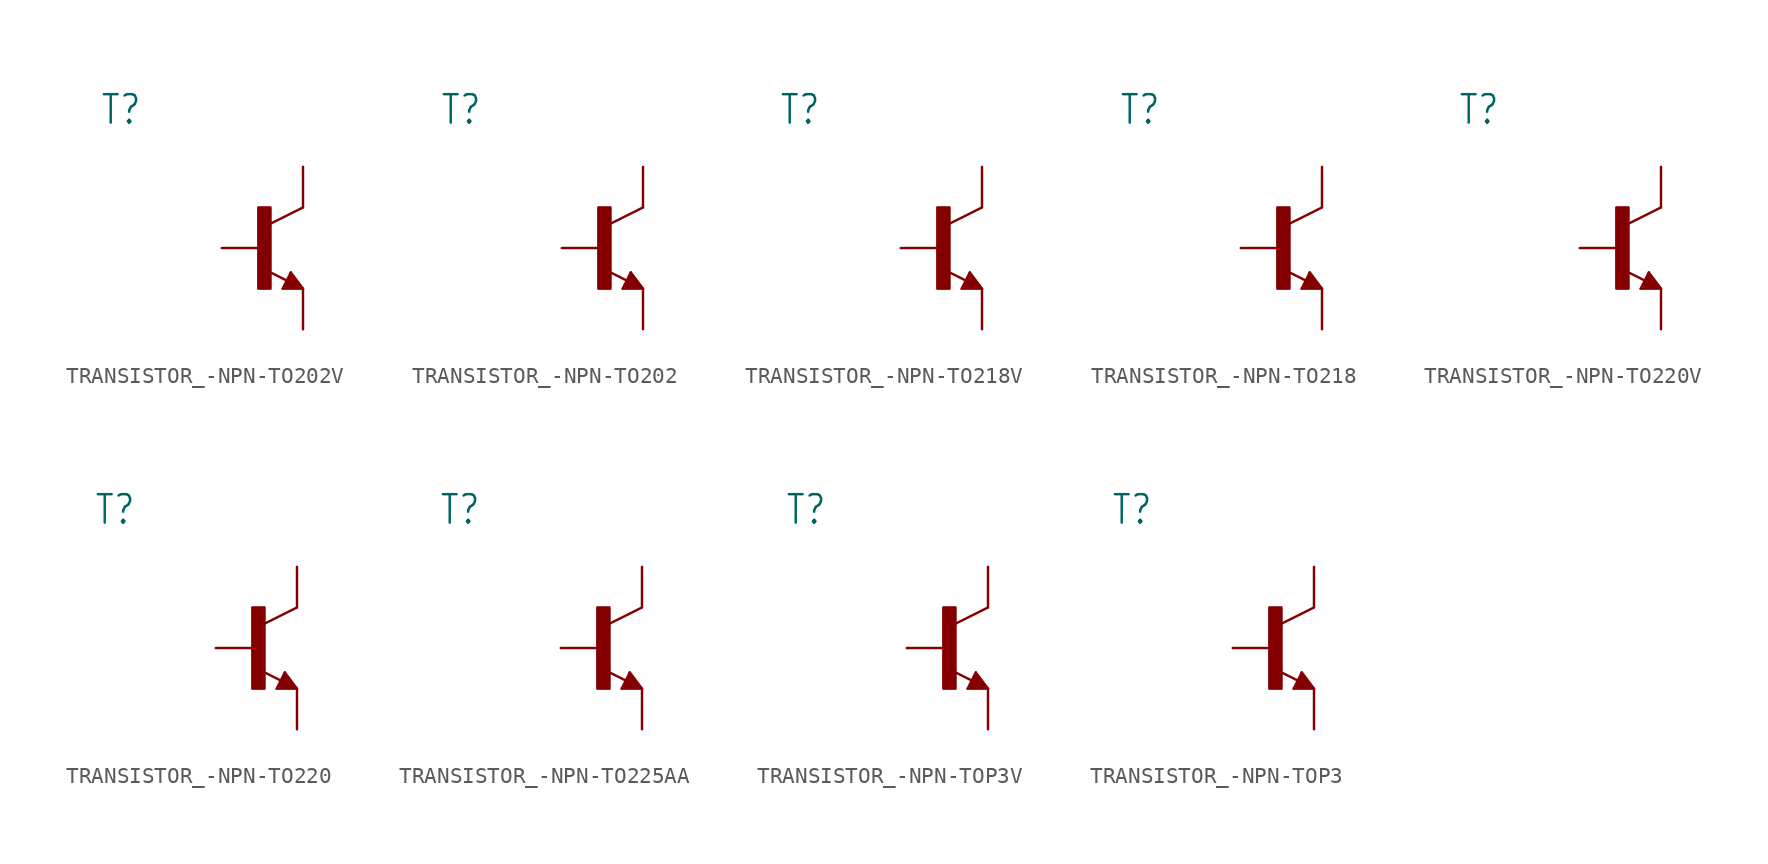
<source format=kicad_sym>
(kicad_symbol_lib
  (version 20231120)
  (generator "kicad_symbol_editor")
  (generator_version "8.0")
  (symbol "TRANSISTOR_-NPN-TO202V"
    (property "Reference" "T"
      (at -10.16 7.62 0)
      (effects (font (size 1.778 1.511)) (justify left bottom)))
    (property "Value" ""
      (at -10.16 5.08 0)
      (effects (font (size 1.778 1.511)) (justify left bottom)))
    (property "ki_locked" ""
      (at 0 0 0)
      (effects (font (size 1.27 1.27))))
    (symbol "TRANSISTOR_-NPN-TO202V_1_0"
      (rectangle (start -0.254 -2.54) (end 0.508 2.54) (stroke (width 0) (type default)) (fill (type outline)))
      (polyline (pts (xy 1.27 -2.54) (xy 1.778 -1.524)) (stroke (width 0.152) (type solid)) (fill (type none)))
      (polyline (pts (xy 1.524 -2.413) (xy 2.286 -2.413)) (stroke (width 0.254) (type solid)) (fill (type none)))
      (polyline (pts (xy 1.524 -2.286) (xy 1.905 -2.286)) (stroke (width 0.254) (type solid)) (fill (type none)))
      (polyline (pts (xy 1.54 -2.04) (xy 0.308 -1.424)) (stroke (width 0.152) (type solid)) (fill (type none)))
      (polyline (pts (xy 1.778 -1.778) (xy 1.524 -2.286)) (stroke (width 0.254) (type solid)) (fill (type none)))
      (polyline (pts (xy 1.778 -1.524) (xy 2.54 -2.54)) (stroke (width 0.152) (type solid)) (fill (type none)))
      (polyline (pts (xy 1.905 -2.286) (xy 1.778 -2.032)) (stroke (width 0.254) (type solid)) (fill (type none)))
      (polyline (pts (xy 2.286 -2.413) (xy 1.778 -1.778)) (stroke (width 0.254) (type solid)) (fill (type none)))
      (polyline (pts (xy 2.54 -2.54) (xy 1.27 -2.54)) (stroke (width 0.152) (type solid)) (fill (type none)))
      (polyline (pts (xy 2.54 2.54) (xy 0.508 1.524)) (stroke (width 0.152) (type solid)) (fill (type none)))
      (pin passive line (at 2.54 -5.08 90) (length 2.54) (name "E" (effects (font (size 0 0)))) (number "1" (effects (font (size 0 0)))))
      (pin passive line (at 2.54 5.08 270) (length 2.54) (name "C" (effects (font (size 0 0)))) (number "2" (effects (font (size 0 0)))))
      (pin passive line (at -2.54 0 0) (length 2.54) (name "B" (effects (font (size 0 0)))) (number "3" (effects (font (size 0 0)))))))
  (symbol "TRANSISTOR_-NPN-TO202"
    (property "Reference" "T"
      (at -10.16 7.62 0)
      (effects (font (size 1.778 1.511)) (justify left bottom)))
    (property "Value" ""
      (at -10.16 5.08 0)
      (effects (font (size 1.778 1.511)) (justify left bottom)))
    (property "ki_locked" ""
      (at 0 0 0)
      (effects (font (size 1.27 1.27))))
    (symbol "TRANSISTOR_-NPN-TO202_1_0"
      (rectangle (start -0.254 -2.54) (end 0.508 2.54) (stroke (width 0) (type default)) (fill (type outline)))
      (polyline (pts (xy 1.27 -2.54) (xy 1.778 -1.524)) (stroke (width 0.152) (type solid)) (fill (type none)))
      (polyline (pts (xy 1.524 -2.413) (xy 2.286 -2.413)) (stroke (width 0.254) (type solid)) (fill (type none)))
      (polyline (pts (xy 1.524 -2.286) (xy 1.905 -2.286)) (stroke (width 0.254) (type solid)) (fill (type none)))
      (polyline (pts (xy 1.54 -2.04) (xy 0.308 -1.424)) (stroke (width 0.152) (type solid)) (fill (type none)))
      (polyline (pts (xy 1.778 -1.778) (xy 1.524 -2.286)) (stroke (width 0.254) (type solid)) (fill (type none)))
      (polyline (pts (xy 1.778 -1.524) (xy 2.54 -2.54)) (stroke (width 0.152) (type solid)) (fill (type none)))
      (polyline (pts (xy 1.905 -2.286) (xy 1.778 -2.032)) (stroke (width 0.254) (type solid)) (fill (type none)))
      (polyline (pts (xy 2.286 -2.413) (xy 1.778 -1.778)) (stroke (width 0.254) (type solid)) (fill (type none)))
      (polyline (pts (xy 2.54 -2.54) (xy 1.27 -2.54)) (stroke (width 0.152) (type solid)) (fill (type none)))
      (polyline (pts (xy 2.54 2.54) (xy 0.508 1.524)) (stroke (width 0.152) (type solid)) (fill (type none)))
      (pin passive line (at 2.54 -5.08 90) (length 2.54) (name "E" (effects (font (size 0 0)))) (number "1" (effects (font (size 0 0)))))
      (pin passive line (at 2.54 5.08 270) (length 2.54) (name "C" (effects (font (size 0 0)))) (number "2" (effects (font (size 0 0)))))
      (pin passive line (at -2.54 0 0) (length 2.54) (name "B" (effects (font (size 0 0)))) (number "3" (effects (font (size 0 0)))))))
  (symbol "TRANSISTOR_-NPN-TO218V"
    (property "Reference" "T"
      (at -10.16 7.62 0)
      (effects (font (size 1.778 1.511)) (justify left bottom)))
    (property "Value" ""
      (at -10.16 5.08 0)
      (effects (font (size 1.778 1.511)) (justify left bottom)))
    (property "ki_locked" ""
      (at 0 0 0)
      (effects (font (size 1.27 1.27))))
    (symbol "TRANSISTOR_-NPN-TO218V_1_0"
      (rectangle (start -0.254 -2.54) (end 0.508 2.54) (stroke (width 0) (type default)) (fill (type outline)))
      (polyline (pts (xy 1.27 -2.54) (xy 1.778 -1.524)) (stroke (width 0.152) (type solid)) (fill (type none)))
      (polyline (pts (xy 1.524 -2.413) (xy 2.286 -2.413)) (stroke (width 0.254) (type solid)) (fill (type none)))
      (polyline (pts (xy 1.524 -2.286) (xy 1.905 -2.286)) (stroke (width 0.254) (type solid)) (fill (type none)))
      (polyline (pts (xy 1.54 -2.04) (xy 0.308 -1.424)) (stroke (width 0.152) (type solid)) (fill (type none)))
      (polyline (pts (xy 1.778 -1.778) (xy 1.524 -2.286)) (stroke (width 0.254) (type solid)) (fill (type none)))
      (polyline (pts (xy 1.778 -1.524) (xy 2.54 -2.54)) (stroke (width 0.152) (type solid)) (fill (type none)))
      (polyline (pts (xy 1.905 -2.286) (xy 1.778 -2.032)) (stroke (width 0.254) (type solid)) (fill (type none)))
      (polyline (pts (xy 2.286 -2.413) (xy 1.778 -1.778)) (stroke (width 0.254) (type solid)) (fill (type none)))
      (polyline (pts (xy 2.54 -2.54) (xy 1.27 -2.54)) (stroke (width 0.152) (type solid)) (fill (type none)))
      (polyline (pts (xy 2.54 2.54) (xy 0.508 1.524)) (stroke (width 0.152) (type solid)) (fill (type none)))
      (pin passive line (at -2.54 0 0) (length 2.54) (name "B" (effects (font (size 0 0)))) (number "1" (effects (font (size 0 0)))))
      (pin passive line (at 2.54 5.08 270) (length 2.54) (name "C" (effects (font (size 0 0)))) (number "2" (effects (font (size 0 0)))))
      (pin passive line (at 2.54 -5.08 90) (length 2.54) (name "E" (effects (font (size 0 0)))) (number "3" (effects (font (size 0 0)))))))
  (symbol "TRANSISTOR_-NPN-TO218"
    (property "Reference" "T"
      (at -10.16 7.62 0)
      (effects (font (size 1.778 1.511)) (justify left bottom)))
    (property "Value" ""
      (at -10.16 5.08 0)
      (effects (font (size 1.778 1.511)) (justify left bottom)))
    (property "ki_locked" ""
      (at 0 0 0)
      (effects (font (size 1.27 1.27))))
    (symbol "TRANSISTOR_-NPN-TO218_1_0"
      (rectangle (start -0.254 -2.54) (end 0.508 2.54) (stroke (width 0) (type default)) (fill (type outline)))
      (polyline (pts (xy 1.27 -2.54) (xy 1.778 -1.524)) (stroke (width 0.152) (type solid)) (fill (type none)))
      (polyline (pts (xy 1.524 -2.413) (xy 2.286 -2.413)) (stroke (width 0.254) (type solid)) (fill (type none)))
      (polyline (pts (xy 1.524 -2.286) (xy 1.905 -2.286)) (stroke (width 0.254) (type solid)) (fill (type none)))
      (polyline (pts (xy 1.54 -2.04) (xy 0.308 -1.424)) (stroke (width 0.152) (type solid)) (fill (type none)))
      (polyline (pts (xy 1.778 -1.778) (xy 1.524 -2.286)) (stroke (width 0.254) (type solid)) (fill (type none)))
      (polyline (pts (xy 1.778 -1.524) (xy 2.54 -2.54)) (stroke (width 0.152) (type solid)) (fill (type none)))
      (polyline (pts (xy 1.905 -2.286) (xy 1.778 -2.032)) (stroke (width 0.254) (type solid)) (fill (type none)))
      (polyline (pts (xy 2.286 -2.413) (xy 1.778 -1.778)) (stroke (width 0.254) (type solid)) (fill (type none)))
      (polyline (pts (xy 2.54 -2.54) (xy 1.27 -2.54)) (stroke (width 0.152) (type solid)) (fill (type none)))
      (polyline (pts (xy 2.54 2.54) (xy 0.508 1.524)) (stroke (width 0.152) (type solid)) (fill (type none)))
      (pin passive line (at -2.54 0 0) (length 2.54) (name "B" (effects (font (size 0 0)))) (number "1" (effects (font (size 0 0)))))
      (pin passive line (at 2.54 5.08 270) (length 2.54) (name "C" (effects (font (size 0 0)))) (number "2" (effects (font (size 0 0)))))
      (pin passive line (at 2.54 -5.08 90) (length 2.54) (name "E" (effects (font (size 0 0)))) (number "3" (effects (font (size 0 0)))))))
  (symbol "TRANSISTOR_-NPN-TO220V"
    (property "Reference" "T"
      (at -10.16 7.62 0)
      (effects (font (size 1.778 1.511)) (justify left bottom)))
    (property "Value" ""
      (at -10.16 5.08 0)
      (effects (font (size 1.778 1.511)) (justify left bottom)))
    (property "ki_locked" ""
      (at 0 0 0)
      (effects (font (size 1.27 1.27))))
    (symbol "TRANSISTOR_-NPN-TO220V_1_0"
      (rectangle (start -0.254 -2.54) (end 0.508 2.54) (stroke (width 0) (type default)) (fill (type outline)))
      (polyline (pts (xy 1.27 -2.54) (xy 1.778 -1.524)) (stroke (width 0.152) (type solid)) (fill (type none)))
      (polyline (pts (xy 1.524 -2.413) (xy 2.286 -2.413)) (stroke (width 0.254) (type solid)) (fill (type none)))
      (polyline (pts (xy 1.524 -2.286) (xy 1.905 -2.286)) (stroke (width 0.254) (type solid)) (fill (type none)))
      (polyline (pts (xy 1.54 -2.04) (xy 0.308 -1.424)) (stroke (width 0.152) (type solid)) (fill (type none)))
      (polyline (pts (xy 1.778 -1.778) (xy 1.524 -2.286)) (stroke (width 0.254) (type solid)) (fill (type none)))
      (polyline (pts (xy 1.778 -1.524) (xy 2.54 -2.54)) (stroke (width 0.152) (type solid)) (fill (type none)))
      (polyline (pts (xy 1.905 -2.286) (xy 1.778 -2.032)) (stroke (width 0.254) (type solid)) (fill (type none)))
      (polyline (pts (xy 2.286 -2.413) (xy 1.778 -1.778)) (stroke (width 0.254) (type solid)) (fill (type none)))
      (polyline (pts (xy 2.54 -2.54) (xy 1.27 -2.54)) (stroke (width 0.152) (type solid)) (fill (type none)))
      (polyline (pts (xy 2.54 2.54) (xy 0.508 1.524)) (stroke (width 0.152) (type solid)) (fill (type none)))
      (pin passive line (at -2.54 0 0) (length 2.54) (name "B" (effects (font (size 0 0)))) (number "1" (effects (font (size 0 0)))))
      (pin passive line (at 2.54 5.08 270) (length 2.54) (name "C" (effects (font (size 0 0)))) (number "2" (effects (font (size 0 0)))))
      (pin passive line (at 2.54 -5.08 90) (length 2.54) (name "E" (effects (font (size 0 0)))) (number "3" (effects (font (size 0 0)))))))
  (symbol "TRANSISTOR_-NPN-TO220"
    (property "Reference" "T"
      (at -10.16 7.62 0)
      (effects (font (size 1.778 1.511)) (justify left bottom)))
    (property "Value" ""
      (at -10.16 5.08 0)
      (effects (font (size 1.778 1.511)) (justify left bottom)))
    (property "ki_locked" ""
      (at 0 0 0)
      (effects (font (size 1.27 1.27))))
    (symbol "TRANSISTOR_-NPN-TO220_1_0"
      (rectangle (start -0.254 -2.54) (end 0.508 2.54) (stroke (width 0) (type default)) (fill (type outline)))
      (polyline (pts (xy 1.27 -2.54) (xy 1.778 -1.524)) (stroke (width 0.152) (type solid)) (fill (type none)))
      (polyline (pts (xy 1.524 -2.413) (xy 2.286 -2.413)) (stroke (width 0.254) (type solid)) (fill (type none)))
      (polyline (pts (xy 1.524 -2.286) (xy 1.905 -2.286)) (stroke (width 0.254) (type solid)) (fill (type none)))
      (polyline (pts (xy 1.54 -2.04) (xy 0.308 -1.424)) (stroke (width 0.152) (type solid)) (fill (type none)))
      (polyline (pts (xy 1.778 -1.778) (xy 1.524 -2.286)) (stroke (width 0.254) (type solid)) (fill (type none)))
      (polyline (pts (xy 1.778 -1.524) (xy 2.54 -2.54)) (stroke (width 0.152) (type solid)) (fill (type none)))
      (polyline (pts (xy 1.905 -2.286) (xy 1.778 -2.032)) (stroke (width 0.254) (type solid)) (fill (type none)))
      (polyline (pts (xy 2.286 -2.413) (xy 1.778 -1.778)) (stroke (width 0.254) (type solid)) (fill (type none)))
      (polyline (pts (xy 2.54 -2.54) (xy 1.27 -2.54)) (stroke (width 0.152) (type solid)) (fill (type none)))
      (polyline (pts (xy 2.54 2.54) (xy 0.508 1.524)) (stroke (width 0.152) (type solid)) (fill (type none)))
      (pin passive line (at -2.54 0 0) (length 2.54) (name "B" (effects (font (size 0 0)))) (number "1" (effects (font (size 0 0)))))
      (pin passive line (at 2.54 5.08 270) (length 2.54) (name "C" (effects (font (size 0 0)))) (number "2" (effects (font (size 0 0)))))
      (pin passive line (at 2.54 -5.08 90) (length 2.54) (name "E" (effects (font (size 0 0)))) (number "3" (effects (font (size 0 0)))))))
  (symbol "TRANSISTOR_-NPN-TO225AA"
    (property "Reference" "T"
      (at -10.16 7.62 0)
      (effects (font (size 1.778 1.511)) (justify left bottom)))
    (property "Value" ""
      (at -10.16 5.08 0)
      (effects (font (size 1.778 1.511)) (justify left bottom)))
    (property "ki_locked" ""
      (at 0 0 0)
      (effects (font (size 1.27 1.27))))
    (symbol "TRANSISTOR_-NPN-TO225AA_1_0"
      (rectangle (start -0.254 -2.54) (end 0.508 2.54) (stroke (width 0) (type default)) (fill (type outline)))
      (polyline (pts (xy 1.27 -2.54) (xy 1.778 -1.524)) (stroke (width 0.152) (type solid)) (fill (type none)))
      (polyline (pts (xy 1.524 -2.413) (xy 2.286 -2.413)) (stroke (width 0.254) (type solid)) (fill (type none)))
      (polyline (pts (xy 1.524 -2.286) (xy 1.905 -2.286)) (stroke (width 0.254) (type solid)) (fill (type none)))
      (polyline (pts (xy 1.54 -2.04) (xy 0.308 -1.424)) (stroke (width 0.152) (type solid)) (fill (type none)))
      (polyline (pts (xy 1.778 -1.778) (xy 1.524 -2.286)) (stroke (width 0.254) (type solid)) (fill (type none)))
      (polyline (pts (xy 1.778 -1.524) (xy 2.54 -2.54)) (stroke (width 0.152) (type solid)) (fill (type none)))
      (polyline (pts (xy 1.905 -2.286) (xy 1.778 -2.032)) (stroke (width 0.254) (type solid)) (fill (type none)))
      (polyline (pts (xy 2.286 -2.413) (xy 1.778 -1.778)) (stroke (width 0.254) (type solid)) (fill (type none)))
      (polyline (pts (xy 2.54 -2.54) (xy 1.27 -2.54)) (stroke (width 0.152) (type solid)) (fill (type none)))
      (polyline (pts (xy 2.54 2.54) (xy 0.508 1.524)) (stroke (width 0.152) (type solid)) (fill (type none)))
      (pin passive line (at -2.54 0 0) (length 2.54) (name "B" (effects (font (size 0 0)))) (number "1" (effects (font (size 0 0)))))
      (pin passive line (at 2.54 5.08 270) (length 2.54) (name "C" (effects (font (size 0 0)))) (number "2" (effects (font (size 0 0)))))
      (pin passive line (at 2.54 -5.08 90) (length 2.54) (name "E" (effects (font (size 0 0)))) (number "3" (effects (font (size 0 0)))))))
  (symbol "TRANSISTOR_-NPN-TOP3V"
    (property "Reference" "T"
      (at -10.16 7.62 0)
      (effects (font (size 1.778 1.511)) (justify left bottom)))
    (property "Value" ""
      (at -10.16 5.08 0)
      (effects (font (size 1.778 1.511)) (justify left bottom)))
    (property "ki_locked" ""
      (at 0 0 0)
      (effects (font (size 1.27 1.27))))
    (symbol "TRANSISTOR_-NPN-TOP3V_1_0"
      (rectangle (start -0.254 -2.54) (end 0.508 2.54) (stroke (width 0) (type default)) (fill (type outline)))
      (polyline (pts (xy 1.27 -2.54) (xy 1.778 -1.524)) (stroke (width 0.152) (type solid)) (fill (type none)))
      (polyline (pts (xy 1.524 -2.413) (xy 2.286 -2.413)) (stroke (width 0.254) (type solid)) (fill (type none)))
      (polyline (pts (xy 1.524 -2.286) (xy 1.905 -2.286)) (stroke (width 0.254) (type solid)) (fill (type none)))
      (polyline (pts (xy 1.54 -2.04) (xy 0.308 -1.424)) (stroke (width 0.152) (type solid)) (fill (type none)))
      (polyline (pts (xy 1.778 -1.778) (xy 1.524 -2.286)) (stroke (width 0.254) (type solid)) (fill (type none)))
      (polyline (pts (xy 1.778 -1.524) (xy 2.54 -2.54)) (stroke (width 0.152) (type solid)) (fill (type none)))
      (polyline (pts (xy 1.905 -2.286) (xy 1.778 -2.032)) (stroke (width 0.254) (type solid)) (fill (type none)))
      (polyline (pts (xy 2.286 -2.413) (xy 1.778 -1.778)) (stroke (width 0.254) (type solid)) (fill (type none)))
      (polyline (pts (xy 2.54 -2.54) (xy 1.27 -2.54)) (stroke (width 0.152) (type solid)) (fill (type none)))
      (polyline (pts (xy 2.54 2.54) (xy 0.508 1.524)) (stroke (width 0.152) (type solid)) (fill (type none)))
      (pin passive line (at -2.54 0 0) (length 2.54) (name "B" (effects (font (size 0 0)))) (number "B" (effects (font (size 0 0)))))
      (pin passive line (at 2.54 5.08 270) (length 2.54) (name "C" (effects (font (size 0 0)))) (number "C" (effects (font (size 0 0)))))
      (pin passive line (at 2.54 -5.08 90) (length 2.54) (name "E" (effects (font (size 0 0)))) (number "E" (effects (font (size 0 0)))))))
  (symbol "TRANSISTOR_-NPN-TOP3"
    (property "Reference" "T"
      (at -10.16 7.62 0)
      (effects (font (size 1.778 1.511)) (justify left bottom)))
    (property "Value" ""
      (at -10.16 5.08 0)
      (effects (font (size 1.778 1.511)) (justify left bottom)))
    (property "ki_locked" ""
      (at 0 0 0)
      (effects (font (size 1.27 1.27))))
    (symbol "TRANSISTOR_-NPN-TOP3_1_0"
      (rectangle (start -0.254 -2.54) (end 0.508 2.54) (stroke (width 0) (type default)) (fill (type outline)))
      (polyline (pts (xy 1.27 -2.54) (xy 1.778 -1.524)) (stroke (width 0.152) (type solid)) (fill (type none)))
      (polyline (pts (xy 1.524 -2.413) (xy 2.286 -2.413)) (stroke (width 0.254) (type solid)) (fill (type none)))
      (polyline (pts (xy 1.524 -2.286) (xy 1.905 -2.286)) (stroke (width 0.254) (type solid)) (fill (type none)))
      (polyline (pts (xy 1.54 -2.04) (xy 0.308 -1.424)) (stroke (width 0.152) (type solid)) (fill (type none)))
      (polyline (pts (xy 1.778 -1.778) (xy 1.524 -2.286)) (stroke (width 0.254) (type solid)) (fill (type none)))
      (polyline (pts (xy 1.778 -1.524) (xy 2.54 -2.54)) (stroke (width 0.152) (type solid)) (fill (type none)))
      (polyline (pts (xy 1.905 -2.286) (xy 1.778 -2.032)) (stroke (width 0.254) (type solid)) (fill (type none)))
      (polyline (pts (xy 2.286 -2.413) (xy 1.778 -1.778)) (stroke (width 0.254) (type solid)) (fill (type none)))
      (polyline (pts (xy 2.54 -2.54) (xy 1.27 -2.54)) (stroke (width 0.152) (type solid)) (fill (type none)))
      (polyline (pts (xy 2.54 2.54) (xy 0.508 1.524)) (stroke (width 0.152) (type solid)) (fill (type none)))
      (pin passive line (at -2.54 0 0) (length 2.54) (name "B" (effects (font (size 0 0)))) (number "1" (effects (font (size 0 0)))))
      (pin passive line (at 2.54 5.08 270) (length 2.54) (name "C" (effects (font (size 0 0)))) (number "2" (effects (font (size 0 0)))))
      (pin passive line (at 2.54 -5.08 90) (length 2.54) (name "E" (effects (font (size 0 0)))) (number "3" (effects (font (size 0 0))))))))
</source>
